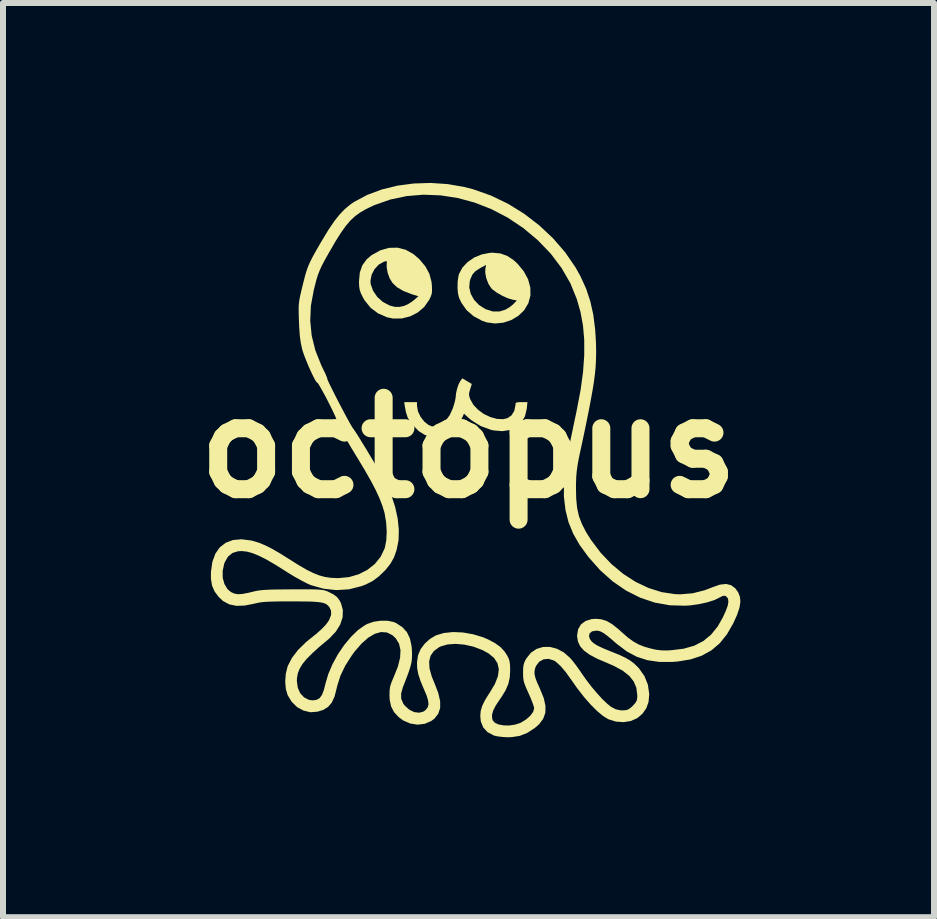
<source format=kicad_pcb>
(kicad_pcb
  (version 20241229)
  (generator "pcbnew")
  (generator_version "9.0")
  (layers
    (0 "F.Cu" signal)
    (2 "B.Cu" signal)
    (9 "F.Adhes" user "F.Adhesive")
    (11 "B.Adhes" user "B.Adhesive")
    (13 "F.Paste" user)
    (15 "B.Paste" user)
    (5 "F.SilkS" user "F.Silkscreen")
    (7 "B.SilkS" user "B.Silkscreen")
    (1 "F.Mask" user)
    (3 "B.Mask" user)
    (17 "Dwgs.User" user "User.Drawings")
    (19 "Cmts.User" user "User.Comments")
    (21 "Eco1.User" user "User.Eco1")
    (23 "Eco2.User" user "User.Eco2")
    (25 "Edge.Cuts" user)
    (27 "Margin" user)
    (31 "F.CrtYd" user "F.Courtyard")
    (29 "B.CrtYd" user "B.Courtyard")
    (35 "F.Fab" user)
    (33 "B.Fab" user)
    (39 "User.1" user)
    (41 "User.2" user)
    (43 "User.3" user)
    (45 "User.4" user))
  (footprint "octopus"
    (layer "F.Cu")
    (at 4.761 4.416)
    (property "Reference" "octopus" (at 0 0 0) (layer "F.SilkS") (effects (font (size 1.524 1.524) (thickness 0.3))))
    (attr board_only exclude_from_pos_files exclude_from_bom)
    (fp_poly (pts (xy -1.047 -3.302) (xy -0.917 -3.229) (xy -0.819 -3.144) (xy -0.718 -3.023) (xy -0.652 -2.9) (xy -0.617 -2.767) (xy -0.611 -2.706) (xy -0.608 -2.628) (xy -0.613 -2.571) (xy -0.631 -2.518) (xy -0.659 -2.462) (xy -0.74 -2.347) (xy -0.847 -2.256) (xy -0.973 -2.192) (xy -1.111 -2.157) (xy -1.252 -2.155) (xy -1.358 -2.176) (xy -1.509 -2.242) (xy -1.633 -2.335) (xy -1.732 -2.458) (xy -1.759 -2.504) (xy -1.795 -2.577) (xy -1.815 -2.637) (xy -1.824 -2.703) (xy -1.826 -2.774) (xy -1.825 -2.784) (xy -1.635 -2.784) (xy -1.631 -2.729) (xy -1.591 -2.618) (xy -1.521 -2.515) (xy -1.427 -2.431) (xy -1.317 -2.374) (xy -1.316 -2.373) (xy -1.228 -2.35) (xy -1.148 -2.35) (xy -1.072 -2.367) (xy -1.011 -2.394) (xy -0.945 -2.436) (xy -0.916 -2.458) (xy -0.836 -2.527) (xy -0.941 -2.559) (xy -1.083 -2.614) (xy -1.192 -2.677) (xy -1.267 -2.748) (xy -1.315 -2.826) (xy -1.349 -2.92) (xy -1.365 -3.015) (xy -1.364 -3.066) (xy -1.361 -3.104) (xy -1.375 -3.113) (xy -1.412 -3.102) (xy -1.499 -3.053) (xy -1.569 -2.976) (xy -1.616 -2.884) (xy -1.635 -2.784) (xy -1.825 -2.784) (xy -1.813 -2.921) (xy -1.77 -3.044) (xy -1.696 -3.145) (xy -1.615 -3.213) (xy -1.47 -3.293) (xy -1.326 -3.334) (xy -1.184 -3.337)) (stroke (width 0) (type solid)) (fill yes) (layer "F.SilkS"))
    (fp_poly (pts (xy 0.53 -3.241) (xy 0.644 -3.201) (xy 0.752 -3.129) (xy 0.817 -3.069) (xy 0.921 -2.943) (xy 0.993 -2.81) (xy 1.03 -2.673) (xy 1.032 -2.538) (xy 0.997 -2.409) (xy 0.996 -2.408) (xy 0.927 -2.293) (xy 0.83 -2.2) (xy 0.712 -2.13) (xy 0.581 -2.087) (xy 0.443 -2.073) (xy 0.306 -2.091) (xy 0.229 -2.117) (xy 0.083 -2.195) (xy -0.032 -2.295) (xy -0.12 -2.42) (xy -0.158 -2.501) (xy -0.176 -2.574) (xy -0.184 -2.67) (xy -0.183 -2.673) (xy 0.012 -2.673) (xy 0.037 -2.567) (xy 0.093 -2.467) (xy 0.175 -2.381) (xy 0.28 -2.314) (xy 0.282 -2.313) (xy 0.404 -2.274) (xy 0.52 -2.274) (xy 0.615 -2.304) (xy 0.68 -2.342) (xy 0.74 -2.389) (xy 0.749 -2.398) (xy 0.804 -2.457) (xy 0.739 -2.469) (xy 0.654 -2.494) (xy 0.559 -2.537) (xy 0.469 -2.589) (xy 0.398 -2.642) (xy 0.378 -2.662) (xy 0.33 -2.737) (xy 0.295 -2.83) (xy 0.278 -2.924) (xy 0.281 -2.992) (xy 0.293 -3.05) (xy 0.195 -2.997) (xy 0.117 -2.947) (xy 0.067 -2.892) (xy 0.033 -2.819) (xy 0.021 -2.778) (xy 0.012 -2.673) (xy -0.183 -2.673) (xy -0.181 -2.771) (xy -0.168 -2.863) (xy -0.158 -2.9) (xy -0.102 -3.005) (xy -0.015 -3.098) (xy 0.095 -3.173) (xy 0.222 -3.225) (xy 0.357 -3.251) (xy 0.401 -3.253)) (stroke (width 0) (type solid)) (fill yes) (layer "F.SilkS"))
    (fp_poly (pts (xy -0.027 -1.113) (xy 0.019 -1.086) (xy 0.048 -1.068) (xy 0.053 -1.066) (xy 0.05 -1.048) (xy 0.036 -1.005) (xy 0.027 -0.977) (xy 0.01 -0.919) (xy 0.009 -0.874) (xy 0.024 -0.822) (xy 0.029 -0.809) (xy 0.082 -0.716) (xy 0.161 -0.633) (xy 0.258 -0.563) (xy 0.366 -0.512) (xy 0.476 -0.482) (xy 0.58 -0.478) (xy 0.652 -0.496) (xy 0.718 -0.543) (xy 0.763 -0.617) (xy 0.781 -0.706) (xy 0.782 -0.713) (xy 0.785 -0.742) (xy 0.8 -0.756) (xy 0.838 -0.761) (xy 0.882 -0.762) (xy 0.982 -0.762) (xy 0.971 -0.654) (xy 0.941 -0.526) (xy 0.883 -0.423) (xy 0.798 -0.346) (xy 0.691 -0.297) (xy 0.564 -0.278) (xy 0.421 -0.29) (xy 0.371 -0.301) (xy 0.201 -0.364) (xy 0.048 -0.46) (xy -0.002 -0.502) (xy -0.076 -0.57) (xy -0.104 -0.505) (xy -0.162 -0.401) (xy -0.238 -0.307) (xy -0.321 -0.237) (xy -0.336 -0.228) (xy -0.409 -0.19) (xy -0.468 -0.171) (xy -0.531 -0.169) (xy -0.604 -0.179) (xy -0.727 -0.214) (xy -0.829 -0.278) (xy -0.897 -0.348) (xy -0.939 -0.398) (xy -0.974 -0.44) (xy -0.984 -0.452) (xy -1.015 -0.507) (xy -1.042 -0.59) (xy -1.062 -0.689) (xy -1.072 -0.762) (xy -0.86 -0.762) (xy -0.859 -0.699) (xy -0.843 -0.608) (xy -0.8 -0.518) (xy -0.739 -0.439) (xy -0.667 -0.381) (xy -0.614 -0.359) (xy -0.534 -0.358) (xy -0.454 -0.392) (xy -0.379 -0.456) (xy -0.313 -0.546) (xy -0.262 -0.658) (xy -0.258 -0.671) (xy -0.236 -0.742) (xy -0.221 -0.803) (xy -0.215 -0.84) (xy -0.208 -0.909) (xy -0.19 -0.988) (xy -0.165 -1.061) (xy -0.138 -1.112) (xy -0.103 -1.159)) (stroke (width 0) (type solid)) (fill yes) (layer "F.SilkS"))
    (fp_poly (pts (xy -0.347 -4.397) (xy -0.067 -4.348) (xy 0.08 -4.31) (xy 0.374 -4.206) (xy 0.658 -4.069) (xy 0.928 -3.902) (xy 1.18 -3.708) (xy 1.41 -3.492) (xy 1.613 -3.257) (xy 1.785 -3.006) (xy 1.866 -2.86) (xy 1.96 -2.655) (xy 2.03 -2.444) (xy 2.08 -2.22) (xy 2.111 -1.974) (xy 2.124 -1.768) (xy 2.127 -1.657) (xy 2.127 -1.551) (xy 2.124 -1.447) (xy 2.118 -1.34) (xy 2.107 -1.228) (xy 2.091 -1.104) (xy 2.069 -0.967) (xy 2.041 -0.811) (xy 2.007 -0.632) (xy 1.966 -0.428) (xy 1.917 -0.192) (xy 1.864 0.054) (xy 1.836 0.187) (xy 1.817 0.294) (xy 1.804 0.387) (xy 1.796 0.479) (xy 1.792 0.582) (xy 1.791 0.664) (xy 1.795 0.847) (xy 1.81 1.002) (xy 1.841 1.14) (xy 1.891 1.271) (xy 1.961 1.407) (xy 2.042 1.535) (xy 2.203 1.749) (xy 2.383 1.938) (xy 2.579 2.101) (xy 2.786 2.235) (xy 3.002 2.337) (xy 3.222 2.406) (xy 3.443 2.439) (xy 3.527 2.442) (xy 3.736 2.425) (xy 3.94 2.373) (xy 4.065 2.325) (xy 4.189 2.281) (xy 4.293 2.269) (xy 4.378 2.29) (xy 4.448 2.343) (xy 4.495 2.409) (xy 4.525 2.484) (xy 4.532 2.567) (xy 4.517 2.665) (xy 4.478 2.782) (xy 4.415 2.923) (xy 4.415 2.923) (xy 4.309 3.107) (xy 4.188 3.258) (xy 4.048 3.377) (xy 3.887 3.466) (xy 3.702 3.527) (xy 3.489 3.562) (xy 3.4 3.569) (xy 3.181 3.569) (xy 2.985 3.541) (xy 2.807 3.484) (xy 2.64 3.395) (xy 2.477 3.272) (xy 2.473 3.269) (xy 2.378 3.187) (xy 2.306 3.128) (xy 2.251 3.088) (xy 2.208 3.064) (xy 2.171 3.052) (xy 2.135 3.048) (xy 2.126 3.048) (xy 2.058 3.06) (xy 2.017 3.095) (xy 2.009 3.145) (xy 2.023 3.186) (xy 2.05 3.225) (xy 2.091 3.261) (xy 2.153 3.299) (xy 2.24 3.34) (xy 2.359 3.389) (xy 2.381 3.398) (xy 2.513 3.451) (xy 2.615 3.499) (xy 2.695 3.546) (xy 2.762 3.597) (xy 2.823 3.656) (xy 2.84 3.674) (xy 2.932 3.804) (xy 2.99 3.948) (xy 3.012 4.101) (xy 3.012 4.115) (xy 3.001 4.238) (xy 2.964 4.341) (xy 2.9 4.433) (xy 2.814 4.506) (xy 2.706 4.554) (xy 2.584 4.573) (xy 2.457 4.564) (xy 2.333 4.525) (xy 2.328 4.523) (xy 2.243 4.471) (xy 2.144 4.388) (xy 2.036 4.28) (xy 1.923 4.151) (xy 1.811 4.007) (xy 1.716 3.872) (xy 1.621 3.739) (xy 1.534 3.637) (xy 1.457 3.567) (xy 1.422 3.545) (xy 1.335 3.518) (xy 1.251 3.526) (xy 1.178 3.566) (xy 1.126 3.635) (xy 1.113 3.666) (xy 1.101 3.717) (xy 1.1 3.77) (xy 1.114 3.832) (xy 1.143 3.911) (xy 1.19 4.015) (xy 1.193 4.022) (xy 1.254 4.172) (xy 1.283 4.303) (xy 1.281 4.416) (xy 1.245 4.517) (xy 1.177 4.608) (xy 1.103 4.672) (xy 0.978 4.753) (xy 0.854 4.802) (xy 0.718 4.823) (xy 0.649 4.825) (xy 0.564 4.82) (xy 0.483 4.81) (xy 0.423 4.796) (xy 0.421 4.795) (xy 0.317 4.74) (xy 0.245 4.662) (xy 0.205 4.563) (xy 0.196 4.47) (xy 0.203 4.387) (xy 0.228 4.302) (xy 0.273 4.209) (xy 0.342 4.098) (xy 0.354 4.081) (xy 0.44 3.936) (xy 0.49 3.807) (xy 0.505 3.693) (xy 0.483 3.592) (xy 0.426 3.503) (xy 0.332 3.426) (xy 0.231 3.371) (xy 0.083 3.315) (xy -0.069 3.281) (xy -0.217 3.268) (xy -0.351 3.278) (xy -0.464 3.311) (xy -0.491 3.324) (xy -0.578 3.388) (xy -0.633 3.467) (xy -0.657 3.563) (xy -0.65 3.679) (xy -0.612 3.816) (xy -0.565 3.93) (xy -0.504 4.088) (xy -0.473 4.224) (xy -0.473 4.339) (xy -0.506 4.435) (xy -0.569 4.515) (xy -0.623 4.555) (xy -0.731 4.601) (xy -0.85 4.615) (xy -0.971 4.596) (xy -1.087 4.546) (xy -1.163 4.491) (xy -1.242 4.406) (xy -1.291 4.311) (xy -1.315 4.198) (xy -1.318 4.123) (xy -1.316 4.043) (xy -1.307 3.978) (xy -1.286 3.913) (xy -1.252 3.831) (xy -1.247 3.82) (xy -1.178 3.648) (xy -1.141 3.5) (xy -1.134 3.372) (xy -1.159 3.264) (xy -1.214 3.175) (xy -1.272 3.122) (xy -1.36 3.078) (xy -1.458 3.071) (xy -1.562 3.1) (xy -1.671 3.164) (xy -1.783 3.263) (xy -1.898 3.395) (xy -1.946 3.461) (xy -2.055 3.632) (xy -2.134 3.795) (xy -2.187 3.96) (xy -2.2 4.015) (xy -2.234 4.148) (xy -2.28 4.247) (xy -2.341 4.319) (xy -2.422 4.369) (xy -2.519 4.399) (xy -2.637 4.408) (xy -2.752 4.38) (xy -2.858 4.322) (xy -2.948 4.234) (xy -3.015 4.124) (xy -3.046 4.02) (xy -3.056 3.897) (xy -3.047 3.769) (xy -3.018 3.65) (xy -3.012 3.634) (xy -2.944 3.502) (xy -2.842 3.369) (xy -2.711 3.241) (xy -2.653 3.193) (xy -2.538 3.101) (xy -2.452 3.024) (xy -2.389 2.96) (xy -2.345 2.904) (xy -2.323 2.868) (xy -2.291 2.784) (xy -2.292 2.714) (xy -2.318 2.66) (xy -2.342 2.63) (xy -2.37 2.607) (xy -2.408 2.59) (xy -2.461 2.577) (xy -2.532 2.569) (xy -2.627 2.563) (xy -2.75 2.561) (xy -2.907 2.56) (xy -2.955 2.56) (xy -3.11 2.56) (xy -3.233 2.562) (xy -3.33 2.565) (xy -3.406 2.569) (xy -3.468 2.576) (xy -3.522 2.586) (xy -3.574 2.598) (xy -3.576 2.599) (xy -3.736 2.63) (xy -3.873 2.634) (xy -3.99 2.609) (xy -4.091 2.555) (xy -4.164 2.487) (xy -4.234 2.394) (xy -4.276 2.296) (xy -4.295 2.181) (xy -4.294 2.067) (xy -4.292 2.052) (xy -4.099 2.052) (xy -4.098 2.168) (xy -4.069 2.272) (xy -4.017 2.357) (xy -3.961 2.404) (xy -3.907 2.429) (xy -3.847 2.44) (xy -3.771 2.436) (xy -3.672 2.417) (xy -3.609 2.402) (xy -3.555 2.389) (xy -3.502 2.379) (xy -3.442 2.372) (xy -3.371 2.367) (xy -3.282 2.363) (xy -3.168 2.361) (xy -3.025 2.36) (xy -2.941 2.359) (xy -2.786 2.359) (xy -2.665 2.359) (xy -2.572 2.36) (xy -2.502 2.363) (xy -2.45 2.368) (xy -2.41 2.374) (xy -2.378 2.383) (xy -2.347 2.395) (xy -2.336 2.401) (xy -2.25 2.444) (xy -2.192 2.488) (xy -2.15 2.544) (xy -2.127 2.589) (xy -2.095 2.704) (xy -2.099 2.824) (xy -2.139 2.946) (xy -2.213 3.065) (xy -2.319 3.177) (xy -2.345 3.199) (xy -2.493 3.323) (xy -2.611 3.431) (xy -2.703 3.524) (xy -2.771 3.607) (xy -2.817 3.685) (xy -2.846 3.76) (xy -2.86 3.838) (xy -2.862 3.888) (xy -2.847 3.998) (xy -2.806 4.091) (xy -2.742 4.16) (xy -2.662 4.201) (xy -2.598 4.21) (xy -2.533 4.201) (xy -2.483 4.173) (xy -2.444 4.12) (xy -2.412 4.037) (xy -2.386 3.934) (xy -2.338 3.771) (xy -2.267 3.605) (xy -2.178 3.442) (xy -2.074 3.289) (xy -1.961 3.153) (xy -1.844 3.039) (xy -1.726 2.956) (xy -1.686 2.935) (xy -1.581 2.899) (xy -1.464 2.882) (xy -1.349 2.883) (xy -1.249 2.903) (xy -1.211 2.919) (xy -1.104 2.989) (xy -1.027 3.073) (xy -0.977 3.178) (xy -0.949 3.309) (xy -0.943 3.39) (xy -0.942 3.458) (xy -0.944 3.517) (xy -0.951 3.575) (xy -0.966 3.638) (xy -0.989 3.713) (xy -1.023 3.808) (xy -1.07 3.929) (xy -1.094 3.99) (xy -1.124 4.095) (xy -1.122 4.185) (xy -1.087 4.266) (xy -1.062 4.299) (xy -0.987 4.366) (xy -0.905 4.406) (xy -0.823 4.416) (xy -0.75 4.396) (xy -0.712 4.368) (xy -0.68 4.325) (xy -0.667 4.275) (xy -0.674 4.211) (xy -0.7 4.126) (xy -0.741 4.03) (xy -0.8 3.889) (xy -0.838 3.772) (xy -0.857 3.67) (xy -0.859 3.575) (xy -0.845 3.478) (xy -0.838 3.447) (xy -0.798 3.355) (xy -0.73 3.264) (xy -0.642 3.185) (xy -0.545 3.127) (xy -0.543 3.126) (xy -0.412 3.087) (xy -0.259 3.071) (xy -0.094 3.078) (xy 0.076 3.108) (xy 0.242 3.158) (xy 0.322 3.192) (xy 0.441 3.255) (xy 0.53 3.319) (xy 0.599 3.393) (xy 0.64 3.455) (xy 0.667 3.506) (xy 0.683 3.554) (xy 0.691 3.612) (xy 0.694 3.693) (xy 0.694 3.712) (xy 0.687 3.831) (xy 0.663 3.937) (xy 0.618 4.042) (xy 0.548 4.156) (xy 0.523 4.192) (xy 0.453 4.297) (xy 0.41 4.382) (xy 0.391 4.453) (xy 0.395 4.516) (xy 0.403 4.543) (xy 0.439 4.584) (xy 0.502 4.612) (xy 0.585 4.627) (xy 0.678 4.629) (xy 0.774 4.615) (xy 0.862 4.587) (xy 0.875 4.58) (xy 0.96 4.528) (xy 1.03 4.466) (xy 1.077 4.402) (xy 1.094 4.344) (xy 1.094 4.344) (xy 1.086 4.306) (xy 1.064 4.242) (xy 1.032 4.163) (xy 1.002 4.095) (xy 0.961 4.004) (xy 0.934 3.936) (xy 0.918 3.88) (xy 0.911 3.823) (xy 0.909 3.755) (xy 0.909 3.751) (xy 0.911 3.668) (xy 0.92 3.608) (xy 0.939 3.556) (xy 0.963 3.513) (xy 1.039 3.417) (xy 1.133 3.353) (xy 1.241 3.32) (xy 1.356 3.319) (xy 1.473 3.349) (xy 1.588 3.41) (xy 1.694 3.503) (xy 1.694 3.503) (xy 1.742 3.56) (xy 1.8 3.636) (xy 1.86 3.72) (xy 1.885 3.758) (xy 1.964 3.87) (xy 2.052 3.985) (xy 2.144 4.093) (xy 2.232 4.19) (xy 2.313 4.267) (xy 2.378 4.319) (xy 2.38 4.32) (xy 2.458 4.36) (xy 2.535 4.376) (xy 2.566 4.377) (xy 2.626 4.373) (xy 2.67 4.358) (xy 2.714 4.324) (xy 2.738 4.301) (xy 2.782 4.252) (xy 2.805 4.211) (xy 2.813 4.161) (xy 2.813 4.12) (xy 2.798 4.001) (xy 2.754 3.895) (xy 2.678 3.8) (xy 2.569 3.714) (xy 2.423 3.635) (xy 2.31 3.586) (xy 2.148 3.517) (xy 2.021 3.45) (xy 1.927 3.382) (xy 1.863 3.311) (xy 1.825 3.233) (xy 1.81 3.145) (xy 1.81 3.125) (xy 1.827 3.024) (xy 1.875 2.943) (xy 1.952 2.886) (xy 2.053 2.855) (xy 2.123 2.85) (xy 2.216 2.859) (xy 2.304 2.887) (xy 2.393 2.939) (xy 2.492 3.017) (xy 2.542 3.062) (xy 2.65 3.157) (xy 2.744 3.226) (xy 2.836 3.278) (xy 2.935 3.317) (xy 3.031 3.344) (xy 3.127 3.366) (xy 3.212 3.376) (xy 3.304 3.378) (xy 3.38 3.374) (xy 3.585 3.349) (xy 3.762 3.299) (xy 3.914 3.221) (xy 4.043 3.115) (xy 4.154 2.978) (xy 4.241 2.824) (xy 4.291 2.714) (xy 4.321 2.631) (xy 4.332 2.569) (xy 4.327 2.522) (xy 4.319 2.503) (xy 4.286 2.468) (xy 4.239 2.468) (xy 4.195 2.49) (xy 4.104 2.536) (xy 3.983 2.575) (xy 3.843 2.606) (xy 3.693 2.627) (xy 3.613 2.632) (xy 3.356 2.625) (xy 3.105 2.58) (xy 2.861 2.498) (xy 2.627 2.38) (xy 2.404 2.227) (xy 2.194 2.04) (xy 1.999 1.82) (xy 1.851 1.617) (xy 1.746 1.433) (xy 1.667 1.241) (xy 1.616 1.035) (xy 1.59 0.813) (xy 1.591 0.572) (xy 1.618 0.307) (xy 1.669 0.02) (xy 1.698 -0.121) (xy 1.732 -0.283) (xy 1.766 -0.447) (xy 1.798 -0.597) (xy 1.805 -0.633) (xy 1.868 -0.963) (xy 1.909 -1.265) (xy 1.929 -1.542) (xy 1.929 -1.799) (xy 1.908 -2.04) (xy 1.866 -2.268) (xy 1.805 -2.48) (xy 1.697 -2.745) (xy 1.551 -2.998) (xy 1.37 -3.238) (xy 1.153 -3.463) (xy 1.152 -3.464) (xy 0.909 -3.667) (xy 0.651 -3.839) (xy 0.382 -3.979) (xy 0.104 -4.088) (xy -0.18 -4.165) (xy -0.466 -4.209) (xy -0.751 -4.22) (xy -1.032 -4.197) (xy -1.306 -4.139) (xy -1.57 -4.046) (xy -1.706 -3.982) (xy -1.804 -3.925) (xy -1.89 -3.863) (xy -1.97 -3.789) (xy -2.048 -3.697) (xy -2.129 -3.583) (xy -2.218 -3.442) (xy -2.266 -3.359) (xy -2.342 -3.227) (xy -2.401 -3.122) (xy -2.447 -3.034) (xy -2.482 -2.957) (xy -2.511 -2.882) (xy -2.536 -2.802) (xy -2.56 -2.709) (xy -2.58 -2.629) (xy -2.628 -2.369) (xy -2.639 -2.118) (xy -2.615 -1.872) (xy -2.554 -1.626) (xy -2.455 -1.377) (xy -2.42 -1.304) (xy -2.387 -1.237) (xy -2.365 -1.185) (xy -2.355 -1.156) (xy -2.356 -1.153) (xy -2.351 -1.137) (xy -2.331 -1.092) (xy -2.298 -1.024) (xy -2.256 -0.939) (xy -2.207 -0.842) (xy -2.154 -0.739) (xy -2.1 -0.637) (xy -2.049 -0.54) (xy -2.002 -0.454) (xy -1.964 -0.386) (xy -1.937 -0.34) (xy -1.925 -0.323) (xy -1.907 -0.3) (xy -1.873 -0.248) (xy -1.826 -0.174) (xy -1.77 -0.082) (xy -1.706 0.021) (xy -1.64 0.132) (xy -1.574 0.243) (xy -1.511 0.35) (xy -1.454 0.447) (xy -1.408 0.529) (xy -1.375 0.589) (xy -1.369 0.601) (xy -1.287 0.791) (xy -1.223 0.986) (xy -1.181 1.18) (xy -1.162 1.364) (xy -1.166 1.529) (xy -1.17 1.559) (xy -1.2 1.707) (xy -1.243 1.828) (xy -1.303 1.934) (xy -1.385 2.037) (xy -1.392 2.044) (xy -1.498 2.146) (xy -1.601 2.222) (xy -1.717 2.28) (xy -1.786 2.306) (xy -1.99 2.358) (xy -2.202 2.372) (xy -2.415 2.349) (xy -2.627 2.289) (xy -2.638 2.285) (xy -2.706 2.254) (xy -2.797 2.206) (xy -2.901 2.148) (xy -3.008 2.083) (xy -3.058 2.051) (xy -3.228 1.944) (xy -3.373 1.86) (xy -3.497 1.798) (xy -3.603 1.755) (xy -3.696 1.73) (xy -3.781 1.721) (xy -3.841 1.724) (xy -3.936 1.753) (xy -4.011 1.815) (xy -4.065 1.91) (xy -4.073 1.931) (xy -4.099 2.052) (xy -4.292 2.052) (xy -4.271 1.902) (xy -4.221 1.765) (xy -4.146 1.658) (xy -4.047 1.582) (xy -3.927 1.537) (xy -3.785 1.524) (xy -3.623 1.545) (xy -3.586 1.554) (xy -3.492 1.583) (xy -3.393 1.624) (xy -3.283 1.679) (xy -3.156 1.752) (xy -3.005 1.846) (xy -2.989 1.856) (xy -2.834 1.954) (xy -2.703 2.03) (xy -2.589 2.087) (xy -2.488 2.127) (xy -2.391 2.153) (xy -2.293 2.167) (xy -2.187 2.172) (xy -2.169 2.172) (xy -1.993 2.155) (xy -1.831 2.108) (xy -1.686 2.034) (xy -1.562 1.936) (xy -1.465 1.816) (xy -1.4 1.679) (xy -1.394 1.661) (xy -1.371 1.54) (xy -1.364 1.398) (xy -1.373 1.246) (xy -1.398 1.098) (xy -1.405 1.068) (xy -1.44 0.955) (xy -1.488 0.833) (xy -1.551 0.697) (xy -1.632 0.543) (xy -1.733 0.366) (xy -1.83 0.205) (xy -1.943 0.019) (xy -2.036 -0.138) (xy -2.109 -0.265) (xy -2.161 -0.361) (xy -2.192 -0.426) (xy -2.202 -0.46) (xy -2.2 -0.463) (xy -2.205 -0.484) (xy -2.224 -0.531) (xy -2.256 -0.599) (xy -2.295 -0.68) (xy -2.34 -0.769) (xy -2.386 -0.858) (xy -2.431 -0.94) (xy -2.47 -1.01) (xy -2.5 -1.06) (xy -2.518 -1.084) (xy -2.52 -1.084) (xy -2.535 -1.096) (xy -2.561 -1.138) (xy -2.594 -1.202) (xy -2.632 -1.282) (xy -2.672 -1.372) (xy -2.709 -1.463) (xy -2.743 -1.55) (xy -2.768 -1.625) (xy -2.776 -1.654) (xy -2.797 -1.752) (xy -2.813 -1.869) (xy -2.823 -2.013) (xy -2.827 -2.11) (xy -2.831 -2.227) (xy -2.832 -2.316) (xy -2.83 -2.388) (xy -2.822 -2.455) (xy -2.808 -2.529) (xy -2.787 -2.62) (xy -2.769 -2.696) (xy -2.741 -2.806) (xy -2.718 -2.894) (xy -2.694 -2.97) (xy -2.668 -3.04) (xy -2.635 -3.112) (xy -2.594 -3.193) (xy -2.54 -3.29) (xy -2.47 -3.411) (xy -2.442 -3.458) (xy -2.337 -3.632) (xy -2.242 -3.773) (xy -2.151 -3.888) (xy -2.061 -3.982) (xy -1.967 -4.059) (xy -1.906 -4.101) (xy -1.688 -4.217) (xy -1.446 -4.307) (xy -1.186 -4.371) (xy -0.912 -4.407) (xy -0.63 -4.416)) (stroke (width 0) (type solid)) (fill yes) (layer "F.SilkS")))
  (gr_rect
    (start -3 -3)
    (end 12.521 12.241)
    (stroke (width 0.1) (type default))
    (fill no)
    (layer "Edge.Cuts")))
</source>
